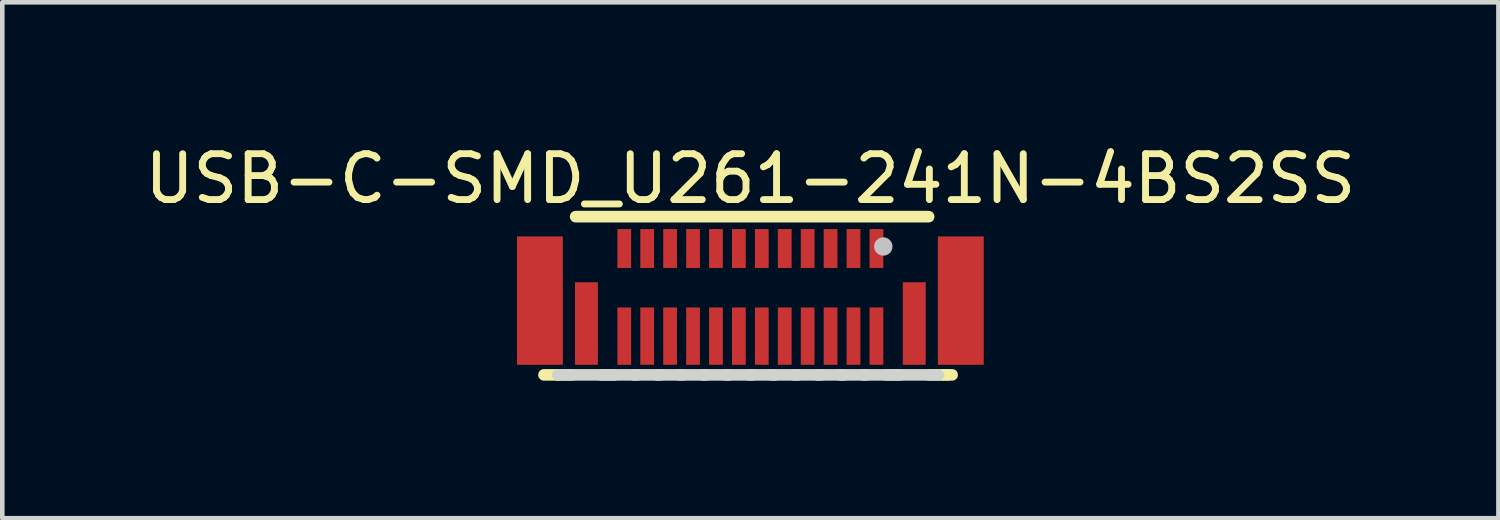
<source format=kicad_pcb>
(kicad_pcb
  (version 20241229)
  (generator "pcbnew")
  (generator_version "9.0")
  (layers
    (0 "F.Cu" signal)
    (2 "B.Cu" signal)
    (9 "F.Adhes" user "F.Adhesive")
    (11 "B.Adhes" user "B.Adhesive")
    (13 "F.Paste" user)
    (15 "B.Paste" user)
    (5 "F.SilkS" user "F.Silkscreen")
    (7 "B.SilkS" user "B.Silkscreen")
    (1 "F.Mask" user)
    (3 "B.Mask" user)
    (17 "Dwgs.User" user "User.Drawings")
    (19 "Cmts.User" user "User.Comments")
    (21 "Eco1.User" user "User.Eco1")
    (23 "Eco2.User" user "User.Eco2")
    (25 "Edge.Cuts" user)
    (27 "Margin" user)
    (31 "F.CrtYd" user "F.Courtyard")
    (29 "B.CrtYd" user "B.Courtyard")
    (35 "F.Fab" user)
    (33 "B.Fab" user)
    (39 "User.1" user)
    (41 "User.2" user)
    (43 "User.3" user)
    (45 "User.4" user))
  (footprint "USB-C-SMD_U261-241N-4BS2SS"
    (layer "F.Cu")
    (at 13.315 3.326)
    (property "Reference" "USB-C-SMD_U261-241N-4BS2SS" (at 0 -2.478 0) (unlocked yes) (layer "F.SilkS") (effects (font (size 1 1) (thickness 0.15))))
    (fp_line (start -4.5 1.8) (end -4.2 1.8) (stroke (width 0.254) (type default)) (layer "F.SilkS"))
    (fp_line (start -4.2 1.8) (end -3.889 1.8) (stroke (width 0.254) (type default)) (layer "F.SilkS"))
    (fp_line (start -3.81 -1.651) (end 3.888 -1.651) (stroke (width 0.254) (type default)) (layer "F.SilkS"))
    (fp_line (start -3.26 1.8) (end -2.965 1.8) (stroke (width 0.254) (type default)) (layer "F.SilkS"))
    (fp_line (start -2.535 1.8) (end -2.465 1.8) (stroke (width 0.254) (type default)) (layer "F.SilkS"))
    (fp_line (start -2.035 1.8) (end -1.964 1.8) (stroke (width 0.254) (type default)) (layer "F.SilkS"))
    (fp_line (start -1.536 1.8) (end -1.464 1.8) (stroke (width 0.254) (type default)) (layer "F.SilkS"))
    (fp_line (start -1.036 1.8) (end -0.965 1.8) (stroke (width 0.254) (type default)) (layer "F.SilkS"))
    (fp_line (start -0.535 1.8) (end -0.465 1.8) (stroke (width 0.254) (type default)) (layer "F.SilkS"))
    (fp_line (start -0.035 1.8) (end 0.035 1.8) (stroke (width 0.254) (type default)) (layer "F.SilkS"))
    (fp_line (start 0.465 1.8) (end 0.535 1.8) (stroke (width 0.254) (type default)) (layer "F.SilkS"))
    (fp_line (start 0.965 1.8) (end 1.036 1.8) (stroke (width 0.254) (type default)) (layer "F.SilkS"))
    (fp_line (start 1.464 1.8) (end 1.536 1.8) (stroke (width 0.254) (type default)) (layer "F.SilkS"))
    (fp_line (start 1.964 1.8) (end 2.035 1.8) (stroke (width 0.254) (type default)) (layer "F.SilkS"))
    (fp_line (start 2.465 1.8) (end 2.535 1.8) (stroke (width 0.254) (type default)) (layer "F.SilkS"))
    (fp_line (start 2.965 1.8) (end 3.26 1.8) (stroke (width 0.254) (type default)) (layer "F.SilkS"))
    (fp_line (start 3.889 1.8) (end 4.2 1.8) (stroke (width 0.254) (type default)) (layer "F.SilkS"))
    (fp_line (start 4.2 1.8) (end 4.3 1.8) (stroke (width 0.254) (type default)) (layer "F.SilkS"))
    (fp_line (start 4.3 1.8) (end 4.4 1.8) (stroke (width 0.254) (type default)) (layer "F.SilkS"))
    (fp_circle (center 2.9 -1) (end 3 -1) (stroke (width 0.2) (type default)) (fill no) (layer "Dwgs.User"))
    (fp_line (start 4.1 1.8) (end -4.2 1.8) (stroke (width 0.254) (type default)) (layer "Edge.Cuts"))
    (fp_poly (pts (xy -4.99 -1.02) (xy -4.09 -1.02) (xy -4.09 1.38) (xy -4.99 1.38)) (stroke (width 0.1) (type default)) (fill no) (layer "User.1"))
    (fp_poly (pts (xy -3.775 0.03) (xy -3.375 0.03) (xy -3.375 1.33) (xy -3.775 1.33)) (stroke (width 0.1) (type default)) (fill no) (layer "User.1"))
    (fp_poly (pts (xy -2.85 -1.255) (xy -2.65 -1.255) (xy -2.65 -0.655) (xy -2.85 -0.655)) (stroke (width 0.1) (type default)) (fill no) (layer "User.1"))
    (fp_poly (pts (xy -2.85 0.53) (xy -2.65 0.53) (xy -2.65 1.38) (xy -2.85 1.38)) (stroke (width 0.1) (type default)) (fill no) (layer "User.1"))
    (fp_poly (pts (xy -2.35 -1.255) (xy -2.15 -1.255) (xy -2.15 -0.655) (xy -2.35 -0.655)) (stroke (width 0.1) (type default)) (fill no) (layer "User.1"))
    (fp_poly (pts (xy -2.35 0.53) (xy -2.15 0.53) (xy -2.15 1.38) (xy -2.35 1.38)) (stroke (width 0.1) (type default)) (fill no) (layer "User.1"))
    (fp_poly (pts (xy -1.85 -1.255) (xy -1.65 -1.255) (xy -1.65 -0.655) (xy -1.85 -0.655)) (stroke (width 0.1) (type default)) (fill no) (layer "User.1"))
    (fp_poly (pts (xy -1.85 0.53) (xy -1.65 0.53) (xy -1.65 1.38) (xy -1.85 1.38)) (stroke (width 0.1) (type default)) (fill no) (layer "User.1"))
    (fp_poly (pts (xy -1.35 -1.255) (xy -1.15 -1.255) (xy -1.15 -0.655) (xy -1.35 -0.655)) (stroke (width 0.1) (type default)) (fill no) (layer "User.1"))
    (fp_poly (pts (xy -1.35 0.53) (xy -1.15 0.53) (xy -1.15 1.38) (xy -1.35 1.38)) (stroke (width 0.1) (type default)) (fill no) (layer "User.1"))
    (fp_poly (pts (xy -0.85 -1.255) (xy -0.65 -1.255) (xy -0.65 -0.655) (xy -0.85 -0.655)) (stroke (width 0.1) (type default)) (fill no) (layer "User.1"))
    (fp_poly (pts (xy -0.85 0.53) (xy -0.65 0.53) (xy -0.65 1.38) (xy -0.85 1.38)) (stroke (width 0.1) (type default)) (fill no) (layer "User.1"))
    (fp_poly (pts (xy -0.35 -1.255) (xy -0.15 -1.255) (xy -0.15 -0.655) (xy -0.35 -0.655)) (stroke (width 0.1) (type default)) (fill no) (layer "User.1"))
    (fp_poly (pts (xy -0.35 0.53) (xy -0.15 0.53) (xy -0.15 1.38) (xy -0.35 1.38)) (stroke (width 0.1) (type default)) (fill no) (layer "User.1"))
    (fp_poly (pts (xy 0.15 -1.255) (xy 0.35 -1.255) (xy 0.35 -0.655) (xy 0.15 -0.655)) (stroke (width 0.1) (type default)) (fill no) (layer "User.1"))
    (fp_poly (pts (xy 0.15 0.53) (xy 0.35 0.53) (xy 0.35 1.38) (xy 0.15 1.38)) (stroke (width 0.1) (type default)) (fill no) (layer "User.1"))
    (fp_poly (pts (xy 0.65 -1.255) (xy 0.85 -1.255) (xy 0.85 -0.655) (xy 0.65 -0.655)) (stroke (width 0.1) (type default)) (fill no) (layer "User.1"))
    (fp_poly (pts (xy 0.65 0.53) (xy 0.85 0.53) (xy 0.85 1.38) (xy 0.65 1.38)) (stroke (width 0.1) (type default)) (fill no) (layer "User.1"))
    (fp_poly (pts (xy 1.15 -1.255) (xy 1.35 -1.255) (xy 1.35 -0.655) (xy 1.15 -0.655)) (stroke (width 0.1) (type default)) (fill no) (layer "User.1"))
    (fp_poly (pts (xy 1.15 0.53) (xy 1.35 0.53) (xy 1.35 1.38) (xy 1.15 1.38)) (stroke (width 0.1) (type default)) (fill no) (layer "User.1"))
    (fp_poly (pts (xy 1.65 -1.255) (xy 1.85 -1.255) (xy 1.85 -0.655) (xy 1.65 -0.655)) (stroke (width 0.1) (type default)) (fill no) (layer "User.1"))
    (fp_poly (pts (xy 1.65 0.53) (xy 1.85 0.53) (xy 1.85 1.38) (xy 1.65 1.38)) (stroke (width 0.1) (type default)) (fill no) (layer "User.1"))
    (fp_poly (pts (xy 2.15 -1.255) (xy 2.35 -1.255) (xy 2.35 -0.655) (xy 2.15 -0.655)) (stroke (width 0.1) (type default)) (fill no) (layer "User.1"))
    (fp_poly (pts (xy 2.15 0.53) (xy 2.35 0.53) (xy 2.35 1.38) (xy 2.15 1.38)) (stroke (width 0.1) (type default)) (fill no) (layer "User.1"))
    (fp_poly (pts (xy 2.65 -1.255) (xy 2.85 -1.255) (xy 2.85 -0.655) (xy 2.65 -0.655)) (stroke (width 0.1) (type default)) (fill no) (layer "User.1"))
    (fp_poly (pts (xy 2.65 0.53) (xy 2.85 0.53) (xy 2.85 1.38) (xy 2.65 1.38)) (stroke (width 0.1) (type default)) (fill no) (layer "User.1"))
    (fp_poly (pts (xy 3.375 0.03) (xy 3.775 0.03) (xy 3.775 1.33) (xy 3.375 1.33)) (stroke (width 0.1) (type default)) (fill no) (layer "User.1"))
    (fp_poly (pts (xy 4.09 -1.02) (xy 4.99 -1.02) (xy 4.99 1.38) (xy 4.09 1.38)) (stroke (width 0.1) (type default)) (fill no) (layer "User.1"))
    (fp_line (start -4.38 -1.34) (end 4.37 -1.34) (stroke (width 0.051) (type default)) (layer "User.2"))
    (fp_line (start -4.38 1.11) (end -4.38 -1.34) (stroke (width 0.051) (type default)) (layer "User.2"))
    (fp_line (start -4.13 1.71) (end -3.85 1.71) (stroke (width 0.051) (type default)) (layer "User.2"))
    (fp_line (start -3.85 1.11) (end -4.38 1.11) (stroke (width 0.051) (type default)) (layer "User.2"))
    (fp_line (start -3.85 1.71) (end -3.85 1.11) (stroke (width 0.051) (type default)) (layer "User.2"))
    (fp_line (start 3.82 1.11) (end 3.82 1.71) (stroke (width 0.051) (type default)) (layer "User.2"))
    (fp_line (start 3.82 1.71) (end 4.11 1.71) (stroke (width 0.051) (type default)) (layer "User.2"))
    (fp_line (start 4.37 -1.34) (end 4.37 1.11) (stroke (width 0.051) (type default)) (layer "User.2"))
    (fp_line (start 4.37 1.11) (end 3.82 1.11) (stroke (width 0.051) (type default)) (layer "User.2"))
    (fp_poly (pts (xy 5.05 -1.34) (xy 5.032 -1.382) (xy 4.99 -1.4) (xy 4.948 -1.382) (xy 4.93 -1.34) (xy 4.948 -1.298) (xy 4.99 -1.28) (xy 5.032 -1.298)) (stroke (width 0.1) (type default)) (fill no) (layer "User.3"))
    (pad "25" smd rect (at 3.575 0.68) (size 0.5 1.8) (layers "F.Cu" "F.Mask" "F.Paste"))
    (pad "25" smd rect (at 4.59 0.18) (size 1 2.8) (layers "F.Cu" "F.Mask" "F.Paste"))
    (pad "26" smd rect (at -4.59 0.18) (size 1 2.8) (layers "F.Cu" "F.Mask" "F.Paste"))
    (pad "26" smd rect (at -3.575 0.68) (size 0.5 1.8) (layers "F.Cu" "F.Mask" "F.Paste"))
    (pad "A1" smd rect (at 2.75 -0.955) (size 0.3 0.85) (layers "F.Cu" "F.Mask" "F.Paste"))
    (pad "A2" smd rect (at 2.25 -0.955) (size 0.3 0.85) (layers "F.Cu" "F.Mask" "F.Paste"))
    (pad "A3" smd rect (at 1.75 -0.955) (size 0.3 0.85) (layers "F.Cu" "F.Mask" "F.Paste"))
    (pad "A4" smd rect (at 1.25 -0.955) (size 0.3 0.85) (layers "F.Cu" "F.Mask" "F.Paste"))
    (pad "A5" smd rect (at 0.75 -0.955) (size 0.3 0.85) (layers "F.Cu" "F.Mask" "F.Paste"))
    (pad "A6" smd rect (at 0.25 -0.955) (size 0.3 0.85) (layers "F.Cu" "F.Mask" "F.Paste"))
    (pad "A7" smd rect (at -0.25 -0.955) (size 0.3 0.85) (layers "F.Cu" "F.Mask" "F.Paste"))
    (pad "A8" smd rect (at -0.75 -0.955) (size 0.3 0.85) (layers "F.Cu" "F.Mask" "F.Paste"))
    (pad "A9" smd rect (at -1.25 -0.955) (size 0.3 0.85) (layers "F.Cu" "F.Mask" "F.Paste"))
    (pad "A10" smd rect (at -1.75 -0.955) (size 0.3 0.85) (layers "F.Cu" "F.Mask" "F.Paste"))
    (pad "A11" smd rect (at -2.25 -0.955) (size 0.3 0.85) (layers "F.Cu" "F.Mask" "F.Paste"))
    (pad "A12" smd rect (at -2.75 -0.955) (size 0.3 0.85) (layers "F.Cu" "F.Mask" "F.Paste"))
    (pad "B1" smd rect (at -2.75 0.955) (size 0.3 1.25) (layers "F.Cu" "F.Mask" "F.Paste"))
    (pad "B2" smd rect (at -2.25 0.955) (size 0.3 1.25) (layers "F.Cu" "F.Mask" "F.Paste"))
    (pad "B3" smd rect (at -1.75 0.955) (size 0.3 1.25) (layers "F.Cu" "F.Mask" "F.Paste"))
    (pad "B4" smd rect (at -1.25 0.955) (size 0.3 1.25) (layers "F.Cu" "F.Mask" "F.Paste"))
    (pad "B5" smd rect (at -0.75 0.955) (size 0.3 1.25) (layers "F.Cu" "F.Mask" "F.Paste"))
    (pad "B6" smd rect (at -0.25 0.955) (size 0.3 1.25) (layers "F.Cu" "F.Mask" "F.Paste"))
    (pad "B7" smd rect (at 0.25 0.955) (size 0.3 1.25) (layers "F.Cu" "F.Mask" "F.Paste"))
    (pad "B8" smd rect (at 0.75 0.955) (size 0.3 1.25) (layers "F.Cu" "F.Mask" "F.Paste"))
    (pad "B9" smd rect (at 1.25 0.955) (size 0.3 1.25) (layers "F.Cu" "F.Mask" "F.Paste"))
    (pad "B10" smd rect (at 1.75 0.955) (size 0.3 1.25) (layers "F.Cu" "F.Mask" "F.Paste"))
    (pad "B11" smd rect (at 2.25 0.955) (size 0.3 1.25) (layers "F.Cu" "F.Mask" "F.Paste"))
    (pad "B12" smd rect (at 2.75 0.955) (size 0.3 1.25) (layers "F.Cu" "F.Mask" "F.Paste")))
  (gr_rect
    (start -3 -3)
    (end 29.631 8.253)
    (stroke (width 0.1) (type default))
    (fill no)
    (layer "Edge.Cuts")))
</source>
